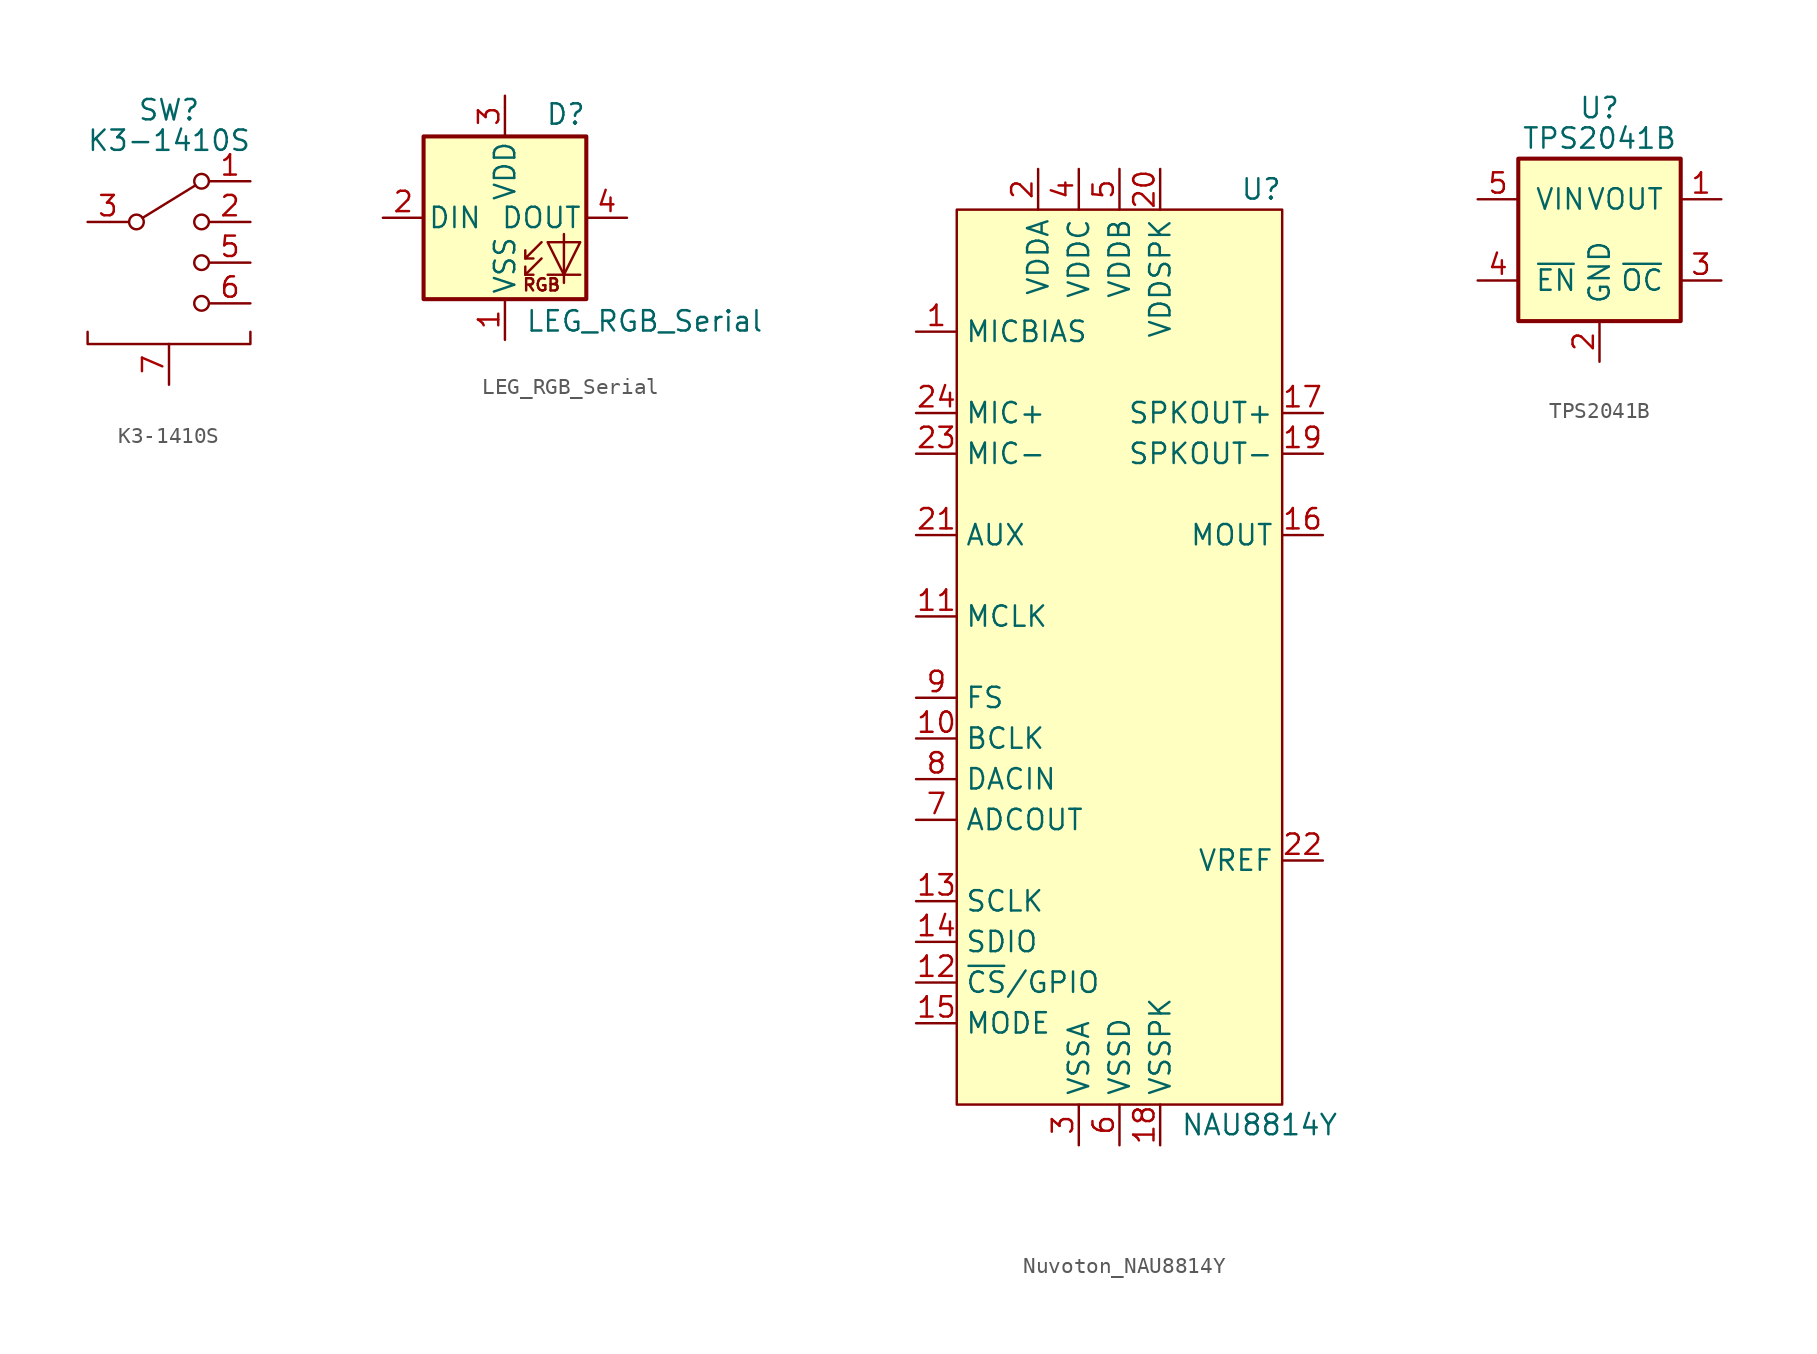
<source format=kicad_sym>
(kicad_symbol_lib
  (version 20231120)
  (generator "kicad_symbol_editor")
  (generator_version "8.0")
  (symbol "K3-1410S"
    (pin_names
      (offset 0) hide)
    (property "Reference" "SW"
      (at 0 6.985 0)
      (effects (font (size 1.27 1.27))))
    (property "Value" "K3-1410S"
      (at 0 5.08 0)
      (effects (font (size 1.27 1.27))))
    (symbol "K3-1410S_0_1"
      (circle (center -2.032 0) (radius 0.457) (stroke (width 0) (type default)) (fill (type none)))
      (polyline (pts (xy -1.651 0.254) (xy 1.651 2.286)) (stroke (width 0) (type default)) (fill (type none)))
      (polyline (pts (xy 0 -7.62) (xy -5.08 -7.62) (xy -5.08 -6.858)) (stroke (width 0) (type default)) (fill (type none)))
      (polyline (pts (xy 0 -7.62) (xy 5.08 -7.62) (xy 5.08 -6.858)) (stroke (width 0) (type default)) (fill (type none)))
      (circle (center 2.032 -5.08) (radius 0.457) (stroke (width 0) (type default)) (fill (type none)))
      (circle (center 2.032 -2.54) (radius 0.457) (stroke (width 0) (type default)) (fill (type none)))
      (circle (center 2.032 0) (radius 0.457) (stroke (width 0) (type default)) (fill (type none)))
      (circle (center 2.032 2.54) (radius 0.457) (stroke (width 0) (type default)) (fill (type none))))
    (symbol "K3-1410S_1_1"
      (pin passive line (at 5.08 2.54 180) (length 2.54) (name "1" (effects (font (size 1.27 1.27)))) (number "1" (effects (font (size 1.27 1.27)))))
      (pin passive line (at 5.08 0 180) (length 2.54) (name "2" (effects (font (size 1.27 1.27)))) (number "2" (effects (font (size 1.27 1.27)))))
      (pin passive line (at -5.08 0 0) (length 2.54) (name "COM" (effects (font (size 1.27 1.27)))) (number "3" (effects (font (size 1.27 1.27)))))
      (pin passive line (at -5.08 0 0) (length 2.54) hide (name "COM" (effects (font (size 1.27 1.27)))) (number "4" (effects (font (size 1.27 1.27)))))
      (pin passive line (at 5.08 -2.54 180) (length 2.54) (name "3" (effects (font (size 1.27 1.27)))) (number "5" (effects (font (size 1.27 1.27)))))
      (pin passive line (at 5.08 -5.08 180) (length 2.54) (name "4" (effects (font (size 1.27 1.27)))) (number "6" (effects (font (size 1.27 1.27)))))
      (pin passive line (at 0 -10.16 90) (length 2.54) (name "SHIELD" (effects (font (size 1.27 1.27)))) (number "7" (effects (font (size 1.27 1.27)))))))
  (symbol "LEG_RGB_Serial"
    (pin_names
      (offset 0.254))
    (property "Reference" "D"
      (at 5.08 5.715 0)
      (effects (font (size 1.27 1.27)) (justify right bottom)))
    (property "Value" "LEG_RGB_Serial"
      (at 1.27 -5.715 0)
      (effects (font (size 1.27 1.27)) (justify left top)))
    (symbol "LEG_RGB_Serial_0_0"
      (text "RGB" (at 2.286 -4.191 0) (effects (font (size 0.762 0.762)))))
    (symbol "LEG_RGB_Serial_0_1"
      (polyline (pts (xy 1.27 -3.556) (xy 1.778 -3.556)) (stroke (width 0) (type default)) (fill (type none)))
      (polyline (pts (xy 1.27 -2.54) (xy 1.778 -2.54)) (stroke (width 0) (type default)) (fill (type none)))
      (polyline (pts (xy 4.699 -3.556) (xy 2.667 -3.556)) (stroke (width 0) (type default)) (fill (type none)))
      (polyline (pts (xy 2.286 -2.54) (xy 1.27 -3.556) (xy 1.27 -3.048)) (stroke (width 0) (type default)) (fill (type none)))
      (polyline (pts (xy 2.286 -1.524) (xy 1.27 -2.54) (xy 1.27 -2.032)) (stroke (width 0) (type default)) (fill (type none)))
      (polyline (pts (xy 3.683 -1.016) (xy 3.683 -3.556) (xy 3.683 -4.064)) (stroke (width 0) (type default)) (fill (type none)))
      (polyline (pts (xy 4.699 -1.524) (xy 2.667 -1.524) (xy 3.683 -3.556) (xy 4.699 -1.524)) (stroke (width 0) (type default)) (fill (type none)))
      (rectangle (start 5.08 5.08) (end -5.08 -5.08) (stroke (width 0.254) (type default)) (fill (type background))))
    (symbol "LEG_RGB_Serial_1_1"
      (pin power_in line (at 0 -7.62 90) (length 2.54) (name "VSS" (effects (font (size 1.27 1.27)))) (number "1" (effects (font (size 1.27 1.27)))))
      (pin input line (at -7.62 0 0) (length 2.54) (name "DIN" (effects (font (size 1.27 1.27)))) (number "2" (effects (font (size 1.27 1.27)))))
      (pin power_in line (at 0 7.62 270) (length 2.54) (name "VDD" (effects (font (size 1.27 1.27)))) (number "3" (effects (font (size 1.27 1.27)))))
      (pin output line (at 7.62 0 180) (length 2.54) (name "DOUT" (effects (font (size 1.27 1.27)))) (number "4" (effects (font (size 1.27 1.27)))))))
  (symbol "Nuvoton_NAU8814Y"
    (property "Reference" "U"
      (at 10.16 24.13 0)
      (effects (font (size 1.27 1.27)) (justify right)))
    (property "Value" "NAU8814Y"
      (at 3.81 -34.29 0)
      (effects (font (size 1.27 1.27)) (justify left)))
    (symbol "Nuvoton_NAU8814Y_1_1"
      (rectangle (start -10.16 22.86) (end 10.16 -33.02) (stroke (width 0) (type default)) (fill (type background)))
      (pin output line (at -12.7 15.24 0) (length 2.54) (name "MICBIAS" (effects (font (size 1.27 1.27)))) (number "1" (effects (font (size 1.27 1.27)))))
      (pin bidirectional line (at -12.7 -10.16 0) (length 2.54) (name "BCLK" (effects (font (size 1.27 1.27)))) (number "10" (effects (font (size 1.27 1.27)))))
      (pin input line (at -12.7 -2.54 0) (length 2.54) (name "MCLK" (effects (font (size 1.27 1.27)))) (number "11" (effects (font (size 1.27 1.27)))))
      (pin bidirectional line (at -12.7 -25.4 0) (length 2.54) (name "~{CS}/GPIO" (effects (font (size 1.27 1.27)))) (number "12" (effects (font (size 1.27 1.27)))))
      (pin input line (at -12.7 -20.32 0) (length 2.54) (name "SCLK" (effects (font (size 1.27 1.27)))) (number "13" (effects (font (size 1.27 1.27)))))
      (pin bidirectional line (at -12.7 -22.86 0) (length 2.54) (name "SDIO" (effects (font (size 1.27 1.27)))) (number "14" (effects (font (size 1.27 1.27)))))
      (pin input line (at -12.7 -27.94 0) (length 2.54) (name "MODE" (effects (font (size 1.27 1.27)))) (number "15" (effects (font (size 1.27 1.27)))))
      (pin output line (at 12.7 2.54 180) (length 2.54) (name "MOUT" (effects (font (size 1.27 1.27)))) (number "16" (effects (font (size 1.27 1.27)))))
      (pin output line (at 12.7 10.16 180) (length 2.54) (name "SPKOUT+" (effects (font (size 1.27 1.27)))) (number "17" (effects (font (size 1.27 1.27)))))
      (pin power_in line (at 2.54 -35.56 90) (length 2.54) (name "VSSPK" (effects (font (size 1.27 1.27)))) (number "18" (effects (font (size 1.27 1.27)))))
      (pin output line (at 12.7 7.62 180) (length 2.54) (name "SPKOUT-" (effects (font (size 1.27 1.27)))) (number "19" (effects (font (size 1.27 1.27)))))
      (pin power_in line (at -5.08 25.4 270) (length 2.54) (name "VDDA" (effects (font (size 1.27 1.27)))) (number "2" (effects (font (size 1.27 1.27)))))
      (pin power_in line (at 2.54 25.4 270) (length 2.54) (name "VDDSPK" (effects (font (size 1.27 1.27)))) (number "20" (effects (font (size 1.27 1.27)))))
      (pin input line (at -12.7 2.54 0) (length 2.54) (name "AUX" (effects (font (size 1.27 1.27)))) (number "21" (effects (font (size 1.27 1.27)))))
      (pin passive line (at 12.7 -17.78 180) (length 2.54) (name "VREF" (effects (font (size 1.27 1.27)))) (number "22" (effects (font (size 1.27 1.27)))))
      (pin input line (at -12.7 7.62 0) (length 2.54) (name "MIC-" (effects (font (size 1.27 1.27)))) (number "23" (effects (font (size 1.27 1.27)))))
      (pin input line (at -12.7 10.16 0) (length 2.54) (name "MIC+" (effects (font (size 1.27 1.27)))) (number "24" (effects (font (size 1.27 1.27)))))
      (pin passive line (at -2.54 -35.56 90) (length 2.54) hide (name "VSSA" (effects (font (size 1.27 1.27)))) (number "25" (effects (font (size 1.27 1.27)))))
      (pin power_in line (at -2.54 -35.56 90) (length 2.54) (name "VSSA" (effects (font (size 1.27 1.27)))) (number "3" (effects (font (size 1.27 1.27)))))
      (pin power_in line (at -2.54 25.4 270) (length 2.54) (name "VDDC" (effects (font (size 1.27 1.27)))) (number "4" (effects (font (size 1.27 1.27)))))
      (pin power_in line (at 0 25.4 270) (length 2.54) (name "VDDB" (effects (font (size 1.27 1.27)))) (number "5" (effects (font (size 1.27 1.27)))))
      (pin power_in line (at 0 -35.56 90) (length 2.54) (name "VSSD" (effects (font (size 1.27 1.27)))) (number "6" (effects (font (size 1.27 1.27)))))
      (pin output line (at -12.7 -15.24 0) (length 2.54) (name "ADCOUT" (effects (font (size 1.27 1.27)))) (number "7" (effects (font (size 1.27 1.27)))))
      (pin input line (at -12.7 -12.7 0) (length 2.54) (name "DACIN" (effects (font (size 1.27 1.27)))) (number "8" (effects (font (size 1.27 1.27)))))
      (pin bidirectional line (at -12.7 -7.62 0) (length 2.54) (name "FS" (effects (font (size 1.27 1.27)))) (number "9" (effects (font (size 1.27 1.27)))))))
  (symbol "TPS2041B"
    (pin_names
      (offset 1.016))
    (property "Reference" "U"
      (at 0 5.715 0)
      (effects (font (size 1.27 1.27))))
    (property "Value" "TPS2041B"
      (at 0 3.81 0)
      (effects (font (size 1.27 1.27))))
    (symbol "TPS2041B_0_1"
      (rectangle (start -5.08 2.54) (end 5.08 -7.62) (stroke (width 0.254) (type default)) (fill (type background))))
    (symbol "TPS2041B_1_1"
      (pin power_out line (at 7.62 0 180) (length 2.54) (name "VOUT" (effects (font (size 1.27 1.27)))) (number "1" (effects (font (size 1.27 1.27)))))
      (pin power_in line (at 0 -10.16 90) (length 2.54) (name "GND" (effects (font (size 1.27 1.27)))) (number "2" (effects (font (size 1.27 1.27)))))
      (pin open_collector line (at 7.62 -5.08 180) (length 2.54) (name "~{OC}" (effects (font (size 1.27 1.27)))) (number "3" (effects (font (size 1.27 1.27)))))
      (pin input line (at -7.62 -5.08 0) (length 2.54) (name "~{EN}" (effects (font (size 1.27 1.27)))) (number "4" (effects (font (size 1.27 1.27)))))
      (pin power_in line (at -7.62 0 0) (length 2.54) (name "VIN" (effects (font (size 1.27 1.27)))) (number "5" (effects (font (size 1.27 1.27))))))))
</source>
